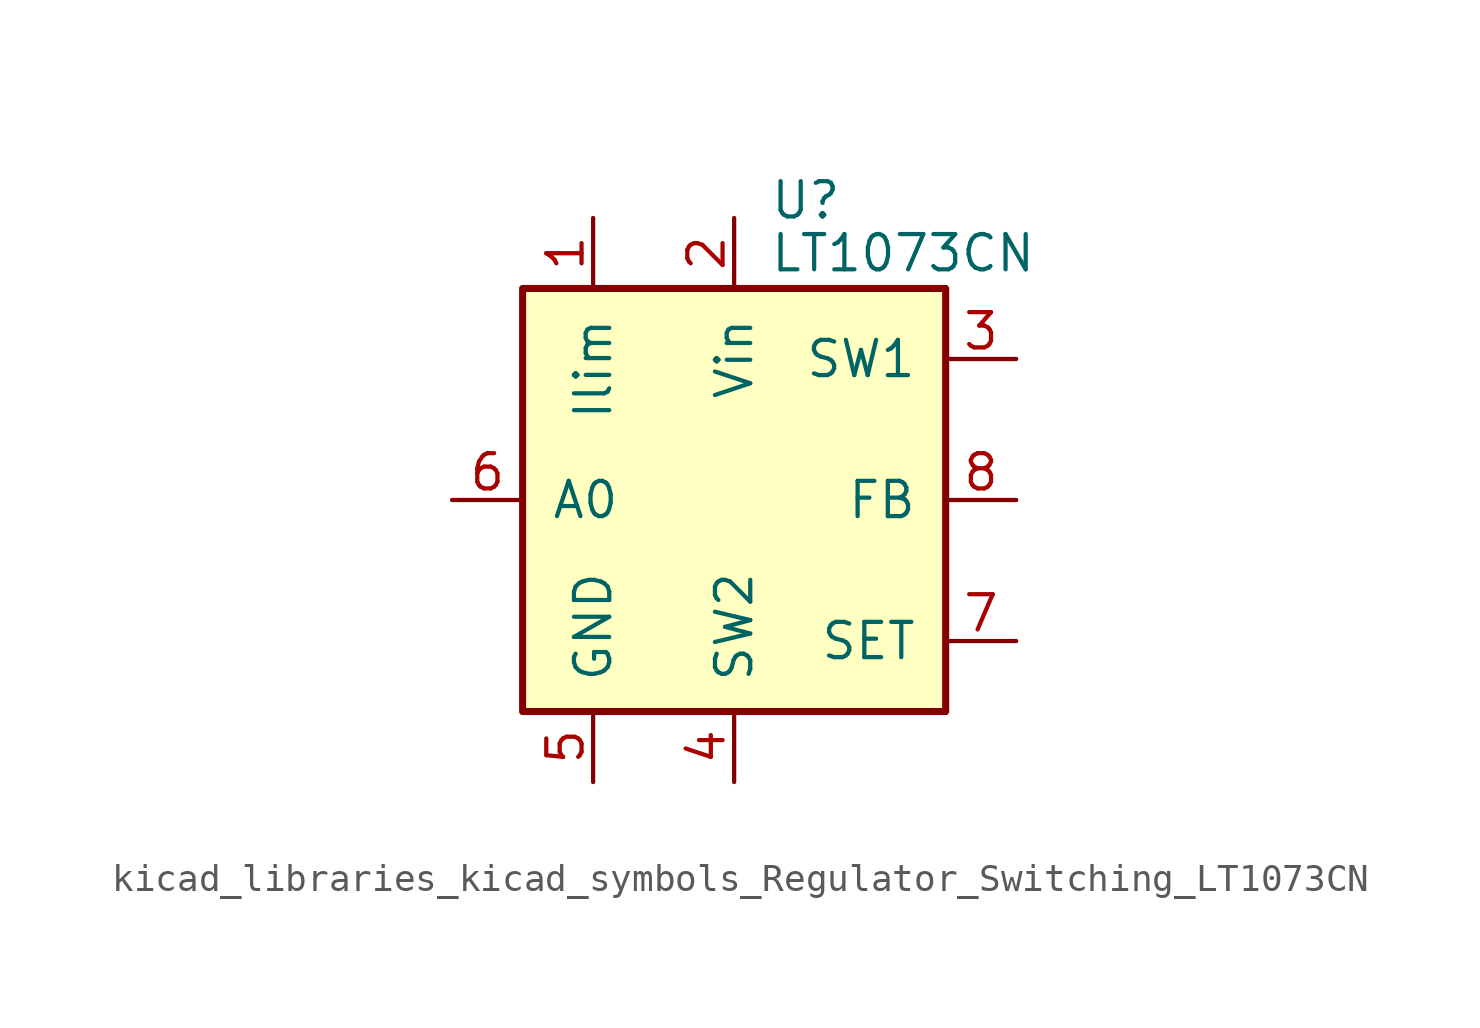
<source format=kicad_sym>
(kicad_symbol_lib
  (version 20220914)
  (generator kicad_symbol_editor)
  (symbol "kicad_libraries_kicad_symbols_Regulator_Switching_LT1073CN"
    (pin_names
      (offset 1.016))
    (property "Reference" "U"
      (at 1.27 10.795 0)
      (effects (font (size 1.27 1.27)) (justify left)))
    (property "Value" "LT1073CN"
      (at 1.27 8.89 0)
      (effects (font (size 1.27 1.27)) (justify left)))
    (symbol "kicad_libraries_kicad_symbols_Regulator_Switching_LT1073CN_0_1"
      (rectangle (start -7.62 7.62) (end 7.62 -7.62) (stroke (width 0.254) (type default)) (fill (type background))))
    (symbol "kicad_libraries_kicad_symbols_Regulator_Switching_LT1073CN_1_1"
      (pin input line (at -5.08 10.16 270) (length 2.54) (name "Ilim" (effects (font (size 1.27 1.27)))) (number "1" (effects (font (size 1.27 1.27)))))
      (pin power_in line (at 0 10.16 270) (length 2.54) (name "Vin" (effects (font (size 1.27 1.27)))) (number "2" (effects (font (size 1.27 1.27)))))
      (pin input line (at 10.16 5.08 180) (length 2.54) (name "SW1" (effects (font (size 1.27 1.27)))) (number "3" (effects (font (size 1.27 1.27)))))
      (pin input line (at 0 -10.16 90) (length 2.54) (name "SW2" (effects (font (size 1.27 1.27)))) (number "4" (effects (font (size 1.27 1.27)))))
      (pin power_in line (at -5.08 -10.16 90) (length 2.54) (name "GND" (effects (font (size 1.27 1.27)))) (number "5" (effects (font (size 1.27 1.27)))))
      (pin output line (at -10.16 0 0) (length 2.54) (name "A0" (effects (font (size 1.27 1.27)))) (number "6" (effects (font (size 1.27 1.27)))))
      (pin input line (at 10.16 -5.08 180) (length 2.54) (name "SET" (effects (font (size 1.27 1.27)))) (number "7" (effects (font (size 1.27 1.27)))))
      (pin input line (at 10.16 0 180) (length 2.54) (name "FB" (effects (font (size 1.27 1.27)))) (number "8" (effects (font (size 1.27 1.27))))))))
</source>
